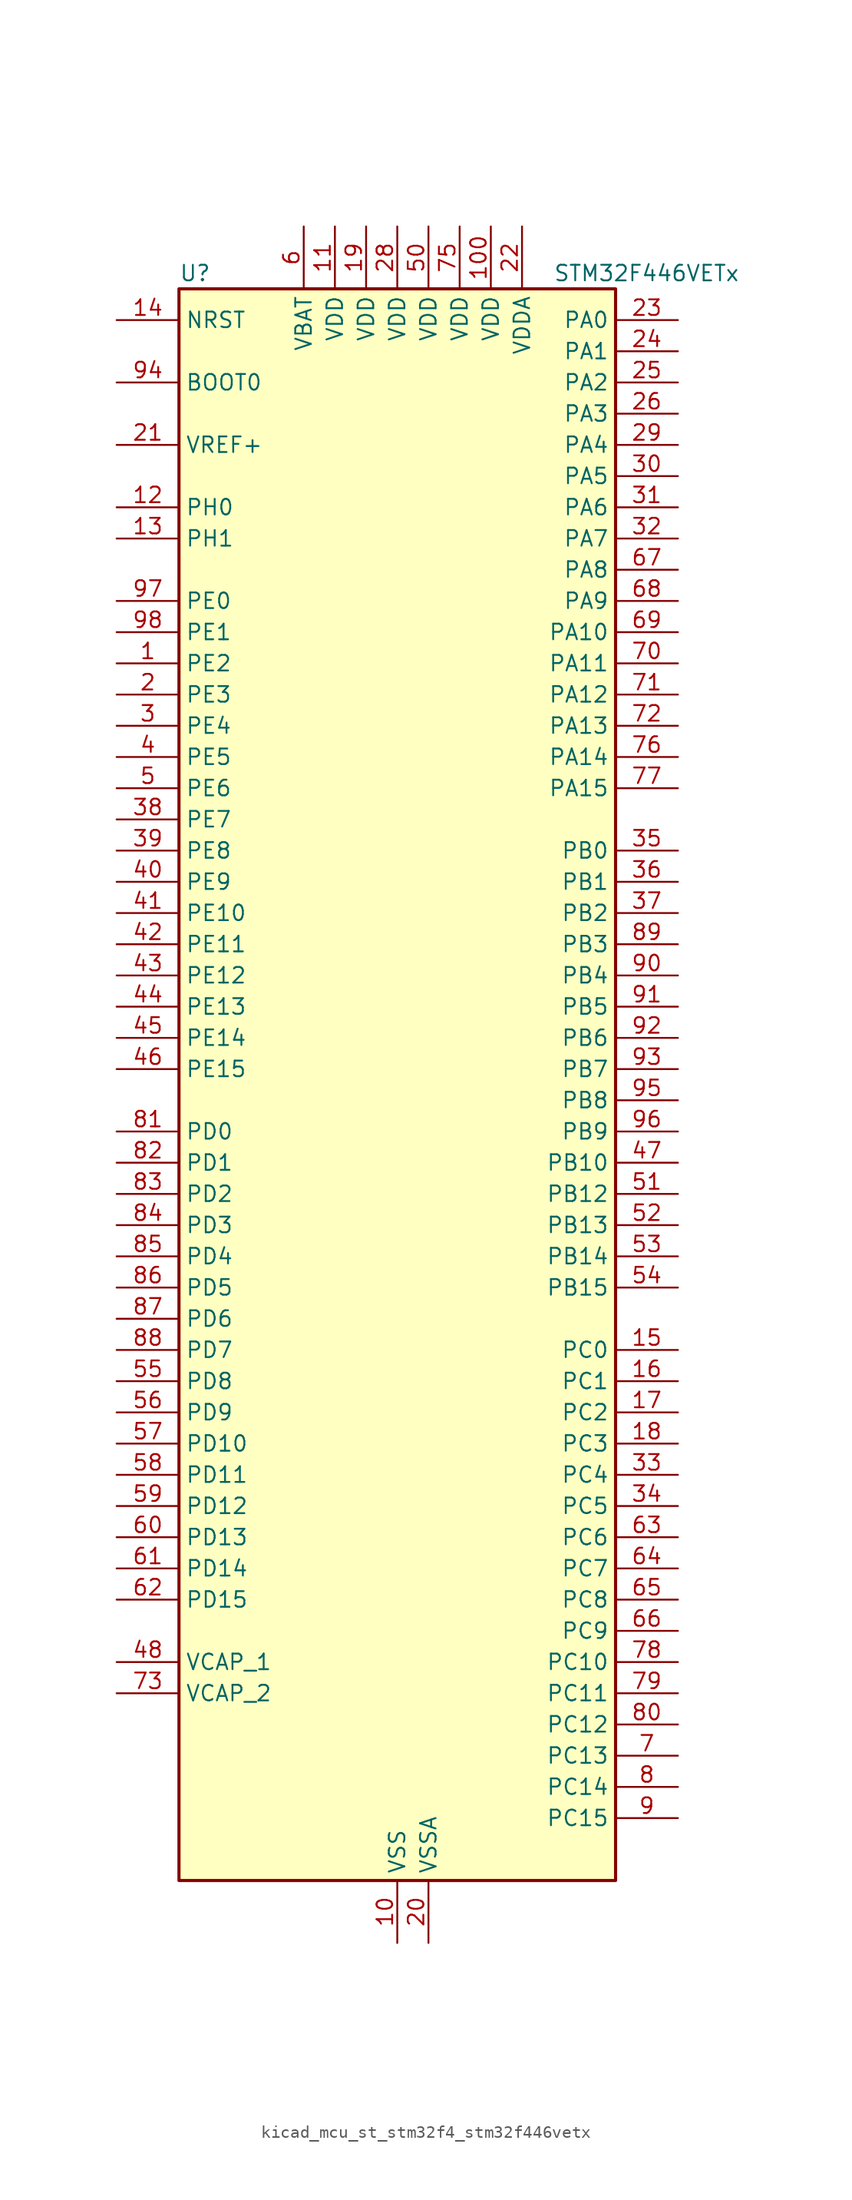
<source format=kicad_sym>
(kicad_symbol_lib
  (version 20220914)
  (generator kicad_symbol_editor)
  (symbol "kicad_mcu_st_stm32f4_stm32f446vetx"
    (property "Reference" "U"
      (at -17.78 67.31 0)
      (effects (font (size 1.27 1.27)) (justify left)))
    (property "Value" "STM32F446VETx"
      (at 12.7 67.31 0)
      (effects (font (size 1.27 1.27)) (justify left)))
    (property "ki_locked" ""
      (at 0 0 0)
      (effects (font (size 1.27 1.27))))
    (symbol "kicad_mcu_st_stm32f4_stm32f446vetx_0_1"
      (rectangle (start -17.78 -63.5) (end 17.78 66.04) (stroke (width 0.254) (type default)) (fill (type background))))
    (symbol "kicad_mcu_st_stm32f4_stm32f446vetx_1_1"
      (pin bidirectional line (at -22.86 35.56 0) (length 5.08) (name "PE2" (effects (font (size 1.27 1.27)))) (number "1" (effects (font (size 1.27 1.27)))) (alternate "FMC_A23" bidirectional line) (alternate "QUADSPI_BK1_IO2" bidirectional line) (alternate "SAI1_MCLK_A" bidirectional line) (alternate "SPI4_SCK" bidirectional line) (alternate "SYS_TRACECLK" bidirectional line))
      (pin power_in line (at 0 -68.58 90) (length 5.08) (name "VSS" (effects (font (size 1.27 1.27)))) (number "10" (effects (font (size 1.27 1.27)))))
      (pin power_in line (at 7.62 71.12 270) (length 5.08) (name "VDD" (effects (font (size 1.27 1.27)))) (number "100" (effects (font (size 1.27 1.27)))))
      (pin power_in line (at -5.08 71.12 270) (length 5.08) (name "VDD" (effects (font (size 1.27 1.27)))) (number "11" (effects (font (size 1.27 1.27)))))
      (pin bidirectional line (at -22.86 48.26 0) (length 5.08) (name "PH0" (effects (font (size 1.27 1.27)))) (number "12" (effects (font (size 1.27 1.27)))) (alternate "RCC_OSC_IN" bidirectional line))
      (pin bidirectional line (at -22.86 45.72 0) (length 5.08) (name "PH1" (effects (font (size 1.27 1.27)))) (number "13" (effects (font (size 1.27 1.27)))) (alternate "RCC_OSC_OUT" bidirectional line))
      (pin input line (at -22.86 63.5 0) (length 5.08) (name "NRST" (effects (font (size 1.27 1.27)))) (number "14" (effects (font (size 1.27 1.27)))))
      (pin bidirectional line (at 22.86 -20.32 180) (length 5.08) (name "PC0" (effects (font (size 1.27 1.27)))) (number "15" (effects (font (size 1.27 1.27)))) (alternate "ADC1_IN10" bidirectional line) (alternate "ADC2_IN10" bidirectional line) (alternate "ADC3_IN10" bidirectional line) (alternate "FMC_SDNWE" bidirectional line) (alternate "SAI1_MCLK_B" bidirectional line) (alternate "USB_OTG_HS_ULPI_STP" bidirectional line))
      (pin bidirectional line (at 22.86 -22.86 180) (length 5.08) (name "PC1" (effects (font (size 1.27 1.27)))) (number "16" (effects (font (size 1.27 1.27)))) (alternate "ADC1_IN11" bidirectional line) (alternate "ADC2_IN11" bidirectional line) (alternate "ADC3_IN11" bidirectional line) (alternate "I2S2_SD" bidirectional line) (alternate "I2S3_SD" bidirectional line) (alternate "SAI1_SD_A" bidirectional line) (alternate "SPI2_MOSI" bidirectional line) (alternate "SPI3_MOSI" bidirectional line))
      (pin bidirectional line (at 22.86 -25.4 180) (length 5.08) (name "PC2" (effects (font (size 1.27 1.27)))) (number "17" (effects (font (size 1.27 1.27)))) (alternate "ADC1_IN12" bidirectional line) (alternate "ADC2_IN12" bidirectional line) (alternate "ADC3_IN12" bidirectional line) (alternate "FMC_SDNE0" bidirectional line) (alternate "SPI2_MISO" bidirectional line) (alternate "USB_OTG_HS_ULPI_DIR" bidirectional line))
      (pin bidirectional line (at 22.86 -27.94 180) (length 5.08) (name "PC3" (effects (font (size 1.27 1.27)))) (number "18" (effects (font (size 1.27 1.27)))) (alternate "ADC1_IN13" bidirectional line) (alternate "ADC2_IN13" bidirectional line) (alternate "ADC3_IN13" bidirectional line) (alternate "FMC_SDCKE0" bidirectional line) (alternate "I2S2_SD" bidirectional line) (alternate "SPI2_MOSI" bidirectional line) (alternate "USB_OTG_HS_ULPI_NXT" bidirectional line))
      (pin power_in line (at -2.54 71.12 270) (length 5.08) (name "VDD" (effects (font (size 1.27 1.27)))) (number "19" (effects (font (size 1.27 1.27)))))
      (pin bidirectional line (at -22.86 33.02 0) (length 5.08) (name "PE3" (effects (font (size 1.27 1.27)))) (number "2" (effects (font (size 1.27 1.27)))) (alternate "FMC_A19" bidirectional line) (alternate "SAI1_SD_B" bidirectional line) (alternate "SYS_TRACED0" bidirectional line))
      (pin power_in line (at 2.54 -68.58 90) (length 5.08) (name "VSSA" (effects (font (size 1.27 1.27)))) (number "20" (effects (font (size 1.27 1.27)))))
      (pin input line (at -22.86 53.34 0) (length 5.08) (name "VREF+" (effects (font (size 1.27 1.27)))) (number "21" (effects (font (size 1.27 1.27)))))
      (pin power_in line (at 10.16 71.12 270) (length 5.08) (name "VDDA" (effects (font (size 1.27 1.27)))) (number "22" (effects (font (size 1.27 1.27)))))
      (pin bidirectional line (at 22.86 63.5 180) (length 5.08) (name "PA0" (effects (font (size 1.27 1.27)))) (number "23" (effects (font (size 1.27 1.27)))) (alternate "ADC1_IN0" bidirectional line) (alternate "ADC2_IN0" bidirectional line) (alternate "ADC3_IN0" bidirectional line) (alternate "RTC_AF2" bidirectional line) (alternate "SYS_WKUP0" bidirectional line) (alternate "TIM2_CH1" bidirectional line) (alternate "TIM2_ETR" bidirectional line) (alternate "TIM5_CH1" bidirectional line) (alternate "TIM8_ETR" bidirectional line) (alternate "UART4_TX" bidirectional line) (alternate "USART2_CTS" bidirectional line))
      (pin bidirectional line (at 22.86 60.96 180) (length 5.08) (name "PA1" (effects (font (size 1.27 1.27)))) (number "24" (effects (font (size 1.27 1.27)))) (alternate "ADC1_IN1" bidirectional line) (alternate "ADC2_IN1" bidirectional line) (alternate "ADC3_IN1" bidirectional line) (alternate "QUADSPI_BK1_IO3" bidirectional line) (alternate "SAI2_MCLK_B" bidirectional line) (alternate "TIM2_CH2" bidirectional line) (alternate "TIM5_CH2" bidirectional line) (alternate "UART4_RX" bidirectional line) (alternate "USART2_RTS" bidirectional line))
      (pin bidirectional line (at 22.86 58.42 180) (length 5.08) (name "PA2" (effects (font (size 1.27 1.27)))) (number "25" (effects (font (size 1.27 1.27)))) (alternate "ADC1_IN2" bidirectional line) (alternate "ADC2_IN2" bidirectional line) (alternate "ADC3_IN2" bidirectional line) (alternate "SAI2_SCK_B" bidirectional line) (alternate "TIM2_CH3" bidirectional line) (alternate "TIM5_CH3" bidirectional line) (alternate "TIM9_CH1" bidirectional line) (alternate "USART2_TX" bidirectional line))
      (pin bidirectional line (at 22.86 55.88 180) (length 5.08) (name "PA3" (effects (font (size 1.27 1.27)))) (number "26" (effects (font (size 1.27 1.27)))) (alternate "ADC1_IN3" bidirectional line) (alternate "ADC2_IN3" bidirectional line) (alternate "ADC3_IN3" bidirectional line) (alternate "SAI1_FS_A" bidirectional line) (alternate "TIM2_CH4" bidirectional line) (alternate "TIM5_CH4" bidirectional line) (alternate "TIM9_CH2" bidirectional line) (alternate "USART2_RX" bidirectional line) (alternate "USB_OTG_HS_ULPI_D0" bidirectional line))
      (pin passive line (at 0 -68.58 90) (length 5.08) hide (name "VSS" (effects (font (size 1.27 1.27)))) (number "27" (effects (font (size 1.27 1.27)))))
      (pin power_in line (at 0 71.12 270) (length 5.08) (name "VDD" (effects (font (size 1.27 1.27)))) (number "28" (effects (font (size 1.27 1.27)))))
      (pin bidirectional line (at 22.86 53.34 180) (length 5.08) (name "PA4" (effects (font (size 1.27 1.27)))) (number "29" (effects (font (size 1.27 1.27)))) (alternate "ADC1_IN4" bidirectional line) (alternate "ADC2_IN4" bidirectional line) (alternate "DAC_OUT1" bidirectional line) (alternate "DCMI_HSYNC" bidirectional line) (alternate "I2S1_WS" bidirectional line) (alternate "I2S3_WS" bidirectional line) (alternate "SPI1_NSS" bidirectional line) (alternate "SPI3_NSS" bidirectional line) (alternate "USART2_CK" bidirectional line) (alternate "USB_OTG_HS_SOF" bidirectional line))
      (pin bidirectional line (at -22.86 30.48 0) (length 5.08) (name "PE4" (effects (font (size 1.27 1.27)))) (number "3" (effects (font (size 1.27 1.27)))) (alternate "DCMI_D4" bidirectional line) (alternate "FMC_A20" bidirectional line) (alternate "SAI1_FS_A" bidirectional line) (alternate "SPI4_NSS" bidirectional line) (alternate "SYS_TRACED1" bidirectional line))
      (pin bidirectional line (at 22.86 50.8 180) (length 5.08) (name "PA5" (effects (font (size 1.27 1.27)))) (number "30" (effects (font (size 1.27 1.27)))) (alternate "ADC1_IN5" bidirectional line) (alternate "ADC2_IN5" bidirectional line) (alternate "DAC_OUT2" bidirectional line) (alternate "I2S1_CK" bidirectional line) (alternate "SPI1_SCK" bidirectional line) (alternate "TIM2_CH1" bidirectional line) (alternate "TIM2_ETR" bidirectional line) (alternate "TIM8_CH1N" bidirectional line) (alternate "USB_OTG_HS_ULPI_CK" bidirectional line))
      (pin bidirectional line (at 22.86 48.26 180) (length 5.08) (name "PA6" (effects (font (size 1.27 1.27)))) (number "31" (effects (font (size 1.27 1.27)))) (alternate "ADC1_IN6" bidirectional line) (alternate "ADC2_IN6" bidirectional line) (alternate "DCMI_PIXCLK" bidirectional line) (alternate "I2S2_MCK" bidirectional line) (alternate "SPI1_MISO" bidirectional line) (alternate "TIM13_CH1" bidirectional line) (alternate "TIM1_BKIN" bidirectional line) (alternate "TIM3_CH1" bidirectional line) (alternate "TIM8_BKIN" bidirectional line))
      (pin bidirectional line (at 22.86 45.72 180) (length 5.08) (name "PA7" (effects (font (size 1.27 1.27)))) (number "32" (effects (font (size 1.27 1.27)))) (alternate "ADC1_IN7" bidirectional line) (alternate "ADC2_IN7" bidirectional line) (alternate "FMC_SDNWE" bidirectional line) (alternate "I2S1_SD" bidirectional line) (alternate "SPI1_MOSI" bidirectional line) (alternate "TIM14_CH1" bidirectional line) (alternate "TIM1_CH1N" bidirectional line) (alternate "TIM3_CH2" bidirectional line) (alternate "TIM8_CH1N" bidirectional line))
      (pin bidirectional line (at 22.86 -30.48 180) (length 5.08) (name "PC4" (effects (font (size 1.27 1.27)))) (number "33" (effects (font (size 1.27 1.27)))) (alternate "ADC1_IN14" bidirectional line) (alternate "ADC2_IN14" bidirectional line) (alternate "FMC_SDNE0" bidirectional line) (alternate "I2S1_MCK" bidirectional line) (alternate "SPDIFRX_IN2" bidirectional line))
      (pin bidirectional line (at 22.86 -33.02 180) (length 5.08) (name "PC5" (effects (font (size 1.27 1.27)))) (number "34" (effects (font (size 1.27 1.27)))) (alternate "ADC1_IN15" bidirectional line) (alternate "ADC2_IN15" bidirectional line) (alternate "FMC_SDCKE0" bidirectional line) (alternate "SPDIFRX_IN3" bidirectional line) (alternate "USART3_RX" bidirectional line))
      (pin bidirectional line (at 22.86 20.32 180) (length 5.08) (name "PB0" (effects (font (size 1.27 1.27)))) (number "35" (effects (font (size 1.27 1.27)))) (alternate "ADC1_IN8" bidirectional line) (alternate "ADC2_IN8" bidirectional line) (alternate "I2S3_SD" bidirectional line) (alternate "SDIO_D1" bidirectional line) (alternate "SPI3_MOSI" bidirectional line) (alternate "TIM1_CH2N" bidirectional line) (alternate "TIM3_CH3" bidirectional line) (alternate "TIM8_CH2N" bidirectional line) (alternate "UART4_CTS" bidirectional line) (alternate "USB_OTG_HS_ULPI_D1" bidirectional line))
      (pin bidirectional line (at 22.86 17.78 180) (length 5.08) (name "PB1" (effects (font (size 1.27 1.27)))) (number "36" (effects (font (size 1.27 1.27)))) (alternate "ADC1_IN9" bidirectional line) (alternate "ADC2_IN9" bidirectional line) (alternate "SDIO_D2" bidirectional line) (alternate "TIM1_CH3N" bidirectional line) (alternate "TIM3_CH4" bidirectional line) (alternate "TIM8_CH3N" bidirectional line) (alternate "USB_OTG_HS_ULPI_D2" bidirectional line))
      (pin bidirectional line (at 22.86 15.24 180) (length 5.08) (name "PB2" (effects (font (size 1.27 1.27)))) (number "37" (effects (font (size 1.27 1.27)))) (alternate "I2S3_SD" bidirectional line) (alternate "QUADSPI_CLK" bidirectional line) (alternate "SAI1_SD_A" bidirectional line) (alternate "SDIO_CK" bidirectional line) (alternate "SPI3_MOSI" bidirectional line) (alternate "TIM2_CH4" bidirectional line) (alternate "USB_OTG_HS_ULPI_D4" bidirectional line))
      (pin bidirectional line (at -22.86 22.86 0) (length 5.08) (name "PE7" (effects (font (size 1.27 1.27)))) (number "38" (effects (font (size 1.27 1.27)))) (alternate "FMC_D4" bidirectional line) (alternate "FMC_DA4" bidirectional line) (alternate "QUADSPI_BK2_IO0" bidirectional line) (alternate "TIM1_ETR" bidirectional line) (alternate "UART5_RX" bidirectional line))
      (pin bidirectional line (at -22.86 20.32 0) (length 5.08) (name "PE8" (effects (font (size 1.27 1.27)))) (number "39" (effects (font (size 1.27 1.27)))) (alternate "FMC_D5" bidirectional line) (alternate "FMC_DA5" bidirectional line) (alternate "QUADSPI_BK2_IO1" bidirectional line) (alternate "TIM1_CH1N" bidirectional line) (alternate "UART5_TX" bidirectional line))
      (pin bidirectional line (at -22.86 27.94 0) (length 5.08) (name "PE5" (effects (font (size 1.27 1.27)))) (number "4" (effects (font (size 1.27 1.27)))) (alternate "DCMI_D6" bidirectional line) (alternate "FMC_A21" bidirectional line) (alternate "SAI1_SCK_A" bidirectional line) (alternate "SPI4_MISO" bidirectional line) (alternate "SYS_TRACED2" bidirectional line) (alternate "TIM9_CH1" bidirectional line))
      (pin bidirectional line (at -22.86 17.78 0) (length 5.08) (name "PE9" (effects (font (size 1.27 1.27)))) (number "40" (effects (font (size 1.27 1.27)))) (alternate "DAC_EXTI9" bidirectional line) (alternate "FMC_D6" bidirectional line) (alternate "FMC_DA6" bidirectional line) (alternate "QUADSPI_BK2_IO2" bidirectional line) (alternate "TIM1_CH1" bidirectional line))
      (pin bidirectional line (at -22.86 15.24 0) (length 5.08) (name "PE10" (effects (font (size 1.27 1.27)))) (number "41" (effects (font (size 1.27 1.27)))) (alternate "FMC_D7" bidirectional line) (alternate "FMC_DA7" bidirectional line) (alternate "QUADSPI_BK2_IO3" bidirectional line) (alternate "TIM1_CH2N" bidirectional line))
      (pin bidirectional line (at -22.86 12.7 0) (length 5.08) (name "PE11" (effects (font (size 1.27 1.27)))) (number "42" (effects (font (size 1.27 1.27)))) (alternate "ADC1_EXTI11" bidirectional line) (alternate "ADC2_EXTI11" bidirectional line) (alternate "ADC3_EXTI11" bidirectional line) (alternate "FMC_D8" bidirectional line) (alternate "FMC_DA8" bidirectional line) (alternate "SAI2_SD_B" bidirectional line) (alternate "SPI4_NSS" bidirectional line) (alternate "TIM1_CH2" bidirectional line))
      (pin bidirectional line (at -22.86 10.16 0) (length 5.08) (name "PE12" (effects (font (size 1.27 1.27)))) (number "43" (effects (font (size 1.27 1.27)))) (alternate "FMC_D9" bidirectional line) (alternate "FMC_DA9" bidirectional line) (alternate "SAI2_SCK_B" bidirectional line) (alternate "SPI4_SCK" bidirectional line) (alternate "TIM1_CH3N" bidirectional line))
      (pin bidirectional line (at -22.86 7.62 0) (length 5.08) (name "PE13" (effects (font (size 1.27 1.27)))) (number "44" (effects (font (size 1.27 1.27)))) (alternate "FMC_D10" bidirectional line) (alternate "FMC_DA10" bidirectional line) (alternate "SAI2_FS_B" bidirectional line) (alternate "SPI4_MISO" bidirectional line) (alternate "TIM1_CH3" bidirectional line))
      (pin bidirectional line (at -22.86 5.08 0) (length 5.08) (name "PE14" (effects (font (size 1.27 1.27)))) (number "45" (effects (font (size 1.27 1.27)))) (alternate "FMC_D11" bidirectional line) (alternate "FMC_DA11" bidirectional line) (alternate "SAI2_MCLK_B" bidirectional line) (alternate "SPI4_MOSI" bidirectional line) (alternate "TIM1_CH4" bidirectional line))
      (pin bidirectional line (at -22.86 2.54 0) (length 5.08) (name "PE15" (effects (font (size 1.27 1.27)))) (number "46" (effects (font (size 1.27 1.27)))) (alternate "ADC1_EXTI15" bidirectional line) (alternate "ADC2_EXTI15" bidirectional line) (alternate "ADC3_EXTI15" bidirectional line) (alternate "FMC_D12" bidirectional line) (alternate "FMC_DA12" bidirectional line) (alternate "TIM1_BKIN" bidirectional line))
      (pin bidirectional line (at 22.86 -5.08 180) (length 5.08) (name "PB10" (effects (font (size 1.27 1.27)))) (number "47" (effects (font (size 1.27 1.27)))) (alternate "I2C2_SCL" bidirectional line) (alternate "I2S2_CK" bidirectional line) (alternate "SAI1_SCK_A" bidirectional line) (alternate "SPI2_SCK" bidirectional line) (alternate "TIM2_CH3" bidirectional line) (alternate "USART3_TX" bidirectional line) (alternate "USB_OTG_HS_ULPI_D3" bidirectional line))
      (pin power_out line (at -22.86 -45.72 0) (length 5.08) (name "VCAP_1" (effects (font (size 1.27 1.27)))) (number "48" (effects (font (size 1.27 1.27)))))
      (pin passive line (at 0 -68.58 90) (length 5.08) hide (name "VSS" (effects (font (size 1.27 1.27)))) (number "49" (effects (font (size 1.27 1.27)))))
      (pin bidirectional line (at -22.86 25.4 0) (length 5.08) (name "PE6" (effects (font (size 1.27 1.27)))) (number "5" (effects (font (size 1.27 1.27)))) (alternate "DCMI_D7" bidirectional line) (alternate "FMC_A22" bidirectional line) (alternate "SAI1_SD_A" bidirectional line) (alternate "SPI4_MOSI" bidirectional line) (alternate "SYS_TRACED3" bidirectional line) (alternate "TIM9_CH2" bidirectional line))
      (pin power_in line (at 2.54 71.12 270) (length 5.08) (name "VDD" (effects (font (size 1.27 1.27)))) (number "50" (effects (font (size 1.27 1.27)))))
      (pin bidirectional line (at 22.86 -7.62 180) (length 5.08) (name "PB12" (effects (font (size 1.27 1.27)))) (number "51" (effects (font (size 1.27 1.27)))) (alternate "CAN2_RX" bidirectional line) (alternate "I2C2_SMBA" bidirectional line) (alternate "I2S2_WS" bidirectional line) (alternate "SAI1_SCK_B" bidirectional line) (alternate "SPI2_NSS" bidirectional line) (alternate "TIM1_BKIN" bidirectional line) (alternate "USART3_CK" bidirectional line) (alternate "USB_OTG_HS_ID" bidirectional line) (alternate "USB_OTG_HS_ULPI_D5" bidirectional line))
      (pin bidirectional line (at 22.86 -10.16 180) (length 5.08) (name "PB13" (effects (font (size 1.27 1.27)))) (number "52" (effects (font (size 1.27 1.27)))) (alternate "CAN2_TX" bidirectional line) (alternate "I2S2_CK" bidirectional line) (alternate "SPI2_SCK" bidirectional line) (alternate "TIM1_CH1N" bidirectional line) (alternate "USART3_CTS" bidirectional line) (alternate "USB_OTG_HS_ULPI_D6" bidirectional line) (alternate "USB_OTG_HS_VBUS" bidirectional line))
      (pin bidirectional line (at 22.86 -12.7 180) (length 5.08) (name "PB14" (effects (font (size 1.27 1.27)))) (number "53" (effects (font (size 1.27 1.27)))) (alternate "SPI2_MISO" bidirectional line) (alternate "TIM12_CH1" bidirectional line) (alternate "TIM1_CH2N" bidirectional line) (alternate "TIM8_CH2N" bidirectional line) (alternate "USART3_RTS" bidirectional line) (alternate "USB_OTG_HS_DM" bidirectional line))
      (pin bidirectional line (at 22.86 -15.24 180) (length 5.08) (name "PB15" (effects (font (size 1.27 1.27)))) (number "54" (effects (font (size 1.27 1.27)))) (alternate "ADC1_EXTI15" bidirectional line) (alternate "ADC2_EXTI15" bidirectional line) (alternate "ADC3_EXTI15" bidirectional line) (alternate "I2S2_SD" bidirectional line) (alternate "RTC_REFIN" bidirectional line) (alternate "SPI2_MOSI" bidirectional line) (alternate "TIM12_CH2" bidirectional line) (alternate "TIM1_CH3N" bidirectional line) (alternate "TIM8_CH3N" bidirectional line) (alternate "USB_OTG_HS_DP" bidirectional line))
      (pin bidirectional line (at -22.86 -22.86 0) (length 5.08) (name "PD8" (effects (font (size 1.27 1.27)))) (number "55" (effects (font (size 1.27 1.27)))) (alternate "FMC_D13" bidirectional line) (alternate "FMC_DA13" bidirectional line) (alternate "SPDIFRX_IN1" bidirectional line) (alternate "USART3_TX" bidirectional line))
      (pin bidirectional line (at -22.86 -25.4 0) (length 5.08) (name "PD9" (effects (font (size 1.27 1.27)))) (number "56" (effects (font (size 1.27 1.27)))) (alternate "DAC_EXTI9" bidirectional line) (alternate "FMC_D14" bidirectional line) (alternate "FMC_DA14" bidirectional line) (alternate "USART3_RX" bidirectional line))
      (pin bidirectional line (at -22.86 -27.94 0) (length 5.08) (name "PD10" (effects (font (size 1.27 1.27)))) (number "57" (effects (font (size 1.27 1.27)))) (alternate "FMC_D15" bidirectional line) (alternate "FMC_DA15" bidirectional line) (alternate "USART3_CK" bidirectional line))
      (pin bidirectional line (at -22.86 -30.48 0) (length 5.08) (name "PD11" (effects (font (size 1.27 1.27)))) (number "58" (effects (font (size 1.27 1.27)))) (alternate "ADC1_EXTI11" bidirectional line) (alternate "ADC2_EXTI11" bidirectional line) (alternate "ADC3_EXTI11" bidirectional line) (alternate "FMC_A16" bidirectional line) (alternate "FMPI2C1_SMBA" bidirectional line) (alternate "QUADSPI_BK1_IO0" bidirectional line) (alternate "SAI2_SD_A" bidirectional line) (alternate "USART3_CTS" bidirectional line))
      (pin bidirectional line (at -22.86 -33.02 0) (length 5.08) (name "PD12" (effects (font (size 1.27 1.27)))) (number "59" (effects (font (size 1.27 1.27)))) (alternate "FMC_A17" bidirectional line) (alternate "FMPI2C1_SCL" bidirectional line) (alternate "QUADSPI_BK1_IO1" bidirectional line) (alternate "SAI2_FS_A" bidirectional line) (alternate "TIM4_CH1" bidirectional line) (alternate "USART3_RTS" bidirectional line))
      (pin power_in line (at -7.62 71.12 270) (length 5.08) (name "VBAT" (effects (font (size 1.27 1.27)))) (number "6" (effects (font (size 1.27 1.27)))))
      (pin bidirectional line (at -22.86 -35.56 0) (length 5.08) (name "PD13" (effects (font (size 1.27 1.27)))) (number "60" (effects (font (size 1.27 1.27)))) (alternate "FMC_A18" bidirectional line) (alternate "FMPI2C1_SDA" bidirectional line) (alternate "QUADSPI_BK1_IO3" bidirectional line) (alternate "SAI2_SCK_A" bidirectional line) (alternate "TIM4_CH2" bidirectional line))
      (pin bidirectional line (at -22.86 -38.1 0) (length 5.08) (name "PD14" (effects (font (size 1.27 1.27)))) (number "61" (effects (font (size 1.27 1.27)))) (alternate "FMC_D0" bidirectional line) (alternate "FMC_DA0" bidirectional line) (alternate "FMPI2C1_SCL" bidirectional line) (alternate "SAI2_SCK_A" bidirectional line) (alternate "TIM4_CH3" bidirectional line))
      (pin bidirectional line (at -22.86 -40.64 0) (length 5.08) (name "PD15" (effects (font (size 1.27 1.27)))) (number "62" (effects (font (size 1.27 1.27)))) (alternate "ADC1_EXTI15" bidirectional line) (alternate "ADC2_EXTI15" bidirectional line) (alternate "ADC3_EXTI15" bidirectional line) (alternate "FMC_D1" bidirectional line) (alternate "FMC_DA1" bidirectional line) (alternate "FMPI2C1_SDA" bidirectional line) (alternate "TIM4_CH4" bidirectional line))
      (pin bidirectional line (at 22.86 -35.56 180) (length 5.08) (name "PC6" (effects (font (size 1.27 1.27)))) (number "63" (effects (font (size 1.27 1.27)))) (alternate "DCMI_D0" bidirectional line) (alternate "FMPI2C1_SCL" bidirectional line) (alternate "I2S2_MCK" bidirectional line) (alternate "SDIO_D6" bidirectional line) (alternate "TIM3_CH1" bidirectional line) (alternate "TIM8_CH1" bidirectional line) (alternate "USART6_TX" bidirectional line))
      (pin bidirectional line (at 22.86 -38.1 180) (length 5.08) (name "PC7" (effects (font (size 1.27 1.27)))) (number "64" (effects (font (size 1.27 1.27)))) (alternate "DCMI_D1" bidirectional line) (alternate "FMPI2C1_SDA" bidirectional line) (alternate "I2S2_CK" bidirectional line) (alternate "I2S3_MCK" bidirectional line) (alternate "SDIO_D7" bidirectional line) (alternate "SPDIFRX_IN1" bidirectional line) (alternate "SPI2_SCK" bidirectional line) (alternate "TIM3_CH2" bidirectional line) (alternate "TIM8_CH2" bidirectional line) (alternate "USART6_RX" bidirectional line))
      (pin bidirectional line (at 22.86 -40.64 180) (length 5.08) (name "PC8" (effects (font (size 1.27 1.27)))) (number "65" (effects (font (size 1.27 1.27)))) (alternate "DCMI_D2" bidirectional line) (alternate "SDIO_D0" bidirectional line) (alternate "SYS_TRACED0" bidirectional line) (alternate "TIM3_CH3" bidirectional line) (alternate "TIM8_CH3" bidirectional line) (alternate "UART5_RTS" bidirectional line) (alternate "USART6_CK" bidirectional line))
      (pin bidirectional line (at 22.86 -43.18 180) (length 5.08) (name "PC9" (effects (font (size 1.27 1.27)))) (number "66" (effects (font (size 1.27 1.27)))) (alternate "DAC_EXTI9" bidirectional line) (alternate "DCMI_D3" bidirectional line) (alternate "I2C3_SDA" bidirectional line) (alternate "I2S_CKIN" bidirectional line) (alternate "QUADSPI_BK1_IO0" bidirectional line) (alternate "RCC_MCO_2" bidirectional line) (alternate "SDIO_D1" bidirectional line) (alternate "TIM3_CH4" bidirectional line) (alternate "TIM8_CH4" bidirectional line) (alternate "UART5_CTS" bidirectional line))
      (pin bidirectional line (at 22.86 43.18 180) (length 5.08) (name "PA8" (effects (font (size 1.27 1.27)))) (number "67" (effects (font (size 1.27 1.27)))) (alternate "I2C3_SCL" bidirectional line) (alternate "RCC_MCO_1" bidirectional line) (alternate "TIM1_CH1" bidirectional line) (alternate "USART1_CK" bidirectional line) (alternate "USB_OTG_FS_SOF" bidirectional line))
      (pin bidirectional line (at 22.86 40.64 180) (length 5.08) (name "PA9" (effects (font (size 1.27 1.27)))) (number "68" (effects (font (size 1.27 1.27)))) (alternate "DAC_EXTI9" bidirectional line) (alternate "DCMI_D0" bidirectional line) (alternate "I2C3_SMBA" bidirectional line) (alternate "I2S2_CK" bidirectional line) (alternate "SAI1_SD_B" bidirectional line) (alternate "SPI2_SCK" bidirectional line) (alternate "TIM1_CH2" bidirectional line) (alternate "USART1_TX" bidirectional line) (alternate "USB_OTG_FS_VBUS" bidirectional line))
      (pin bidirectional line (at 22.86 38.1 180) (length 5.08) (name "PA10" (effects (font (size 1.27 1.27)))) (number "69" (effects (font (size 1.27 1.27)))) (alternate "DCMI_D1" bidirectional line) (alternate "TIM1_CH3" bidirectional line) (alternate "USART1_RX" bidirectional line) (alternate "USB_OTG_FS_ID" bidirectional line))
      (pin bidirectional line (at 22.86 -53.34 180) (length 5.08) (name "PC13" (effects (font (size 1.27 1.27)))) (number "7" (effects (font (size 1.27 1.27)))) (alternate "RTC_AF1" bidirectional line) (alternate "SYS_WKUP1" bidirectional line))
      (pin bidirectional line (at 22.86 35.56 180) (length 5.08) (name "PA11" (effects (font (size 1.27 1.27)))) (number "70" (effects (font (size 1.27 1.27)))) (alternate "ADC1_EXTI11" bidirectional line) (alternate "ADC2_EXTI11" bidirectional line) (alternate "ADC3_EXTI11" bidirectional line) (alternate "CAN1_RX" bidirectional line) (alternate "TIM1_CH4" bidirectional line) (alternate "USART1_CTS" bidirectional line) (alternate "USB_OTG_FS_DM" bidirectional line))
      (pin bidirectional line (at 22.86 33.02 180) (length 5.08) (name "PA12" (effects (font (size 1.27 1.27)))) (number "71" (effects (font (size 1.27 1.27)))) (alternate "CAN1_TX" bidirectional line) (alternate "SAI2_FS_B" bidirectional line) (alternate "TIM1_ETR" bidirectional line) (alternate "USART1_RTS" bidirectional line) (alternate "USB_OTG_FS_DP" bidirectional line))
      (pin bidirectional line (at 22.86 30.48 180) (length 5.08) (name "PA13" (effects (font (size 1.27 1.27)))) (number "72" (effects (font (size 1.27 1.27)))) (alternate "SYS_JTMS-SWDIO" bidirectional line))
      (pin power_out line (at -22.86 -48.26 0) (length 5.08) (name "VCAP_2" (effects (font (size 1.27 1.27)))) (number "73" (effects (font (size 1.27 1.27)))))
      (pin passive line (at 0 -68.58 90) (length 5.08) hide (name "VSS" (effects (font (size 1.27 1.27)))) (number "74" (effects (font (size 1.27 1.27)))))
      (pin power_in line (at 5.08 71.12 270) (length 5.08) (name "VDD" (effects (font (size 1.27 1.27)))) (number "75" (effects (font (size 1.27 1.27)))))
      (pin bidirectional line (at 22.86 27.94 180) (length 5.08) (name "PA14" (effects (font (size 1.27 1.27)))) (number "76" (effects (font (size 1.27 1.27)))) (alternate "SYS_JTCK-SWCLK" bidirectional line))
      (pin bidirectional line (at 22.86 25.4 180) (length 5.08) (name "PA15" (effects (font (size 1.27 1.27)))) (number "77" (effects (font (size 1.27 1.27)))) (alternate "ADC1_EXTI15" bidirectional line) (alternate "ADC2_EXTI15" bidirectional line) (alternate "ADC3_EXTI15" bidirectional line) (alternate "CEC" bidirectional line) (alternate "I2S1_WS" bidirectional line) (alternate "I2S3_WS" bidirectional line) (alternate "SPI1_NSS" bidirectional line) (alternate "SPI3_NSS" bidirectional line) (alternate "SYS_JTDI" bidirectional line) (alternate "TIM2_CH1" bidirectional line) (alternate "TIM2_ETR" bidirectional line) (alternate "UART4_RTS" bidirectional line))
      (pin bidirectional line (at 22.86 -45.72 180) (length 5.08) (name "PC10" (effects (font (size 1.27 1.27)))) (number "78" (effects (font (size 1.27 1.27)))) (alternate "DCMI_D8" bidirectional line) (alternate "I2S3_CK" bidirectional line) (alternate "QUADSPI_BK1_IO1" bidirectional line) (alternate "SDIO_D2" bidirectional line) (alternate "SPI3_SCK" bidirectional line) (alternate "UART4_TX" bidirectional line) (alternate "USART3_TX" bidirectional line))
      (pin bidirectional line (at 22.86 -48.26 180) (length 5.08) (name "PC11" (effects (font (size 1.27 1.27)))) (number "79" (effects (font (size 1.27 1.27)))) (alternate "ADC1_EXTI11" bidirectional line) (alternate "ADC2_EXTI11" bidirectional line) (alternate "ADC3_EXTI11" bidirectional line) (alternate "DCMI_D4" bidirectional line) (alternate "QUADSPI_BK2_NCS" bidirectional line) (alternate "SDIO_D3" bidirectional line) (alternate "SPI3_MISO" bidirectional line) (alternate "UART4_RX" bidirectional line) (alternate "USART3_RX" bidirectional line))
      (pin bidirectional line (at 22.86 -55.88 180) (length 5.08) (name "PC14" (effects (font (size 1.27 1.27)))) (number "8" (effects (font (size 1.27 1.27)))) (alternate "RCC_OSC32_IN" bidirectional line))
      (pin bidirectional line (at 22.86 -50.8 180) (length 5.08) (name "PC12" (effects (font (size 1.27 1.27)))) (number "80" (effects (font (size 1.27 1.27)))) (alternate "DCMI_D9" bidirectional line) (alternate "I2C2_SDA" bidirectional line) (alternate "I2S3_SD" bidirectional line) (alternate "SDIO_CK" bidirectional line) (alternate "SPI3_MOSI" bidirectional line) (alternate "UART5_TX" bidirectional line) (alternate "USART3_CK" bidirectional line))
      (pin bidirectional line (at -22.86 -2.54 0) (length 5.08) (name "PD0" (effects (font (size 1.27 1.27)))) (number "81" (effects (font (size 1.27 1.27)))) (alternate "CAN1_RX" bidirectional line) (alternate "FMC_D2" bidirectional line) (alternate "FMC_DA2" bidirectional line) (alternate "I2S3_SD" bidirectional line) (alternate "SPI3_MOSI" bidirectional line) (alternate "SPI4_MISO" bidirectional line))
      (pin bidirectional line (at -22.86 -5.08 0) (length 5.08) (name "PD1" (effects (font (size 1.27 1.27)))) (number "82" (effects (font (size 1.27 1.27)))) (alternate "CAN1_TX" bidirectional line) (alternate "FMC_D3" bidirectional line) (alternate "FMC_DA3" bidirectional line) (alternate "I2S2_WS" bidirectional line) (alternate "SPI2_NSS" bidirectional line))
      (pin bidirectional line (at -22.86 -7.62 0) (length 5.08) (name "PD2" (effects (font (size 1.27 1.27)))) (number "83" (effects (font (size 1.27 1.27)))) (alternate "DCMI_D11" bidirectional line) (alternate "SDIO_CMD" bidirectional line) (alternate "TIM3_ETR" bidirectional line) (alternate "UART5_RX" bidirectional line))
      (pin bidirectional line (at -22.86 -10.16 0) (length 5.08) (name "PD3" (effects (font (size 1.27 1.27)))) (number "84" (effects (font (size 1.27 1.27)))) (alternate "DCMI_D5" bidirectional line) (alternate "FMC_CLK" bidirectional line) (alternate "I2S2_CK" bidirectional line) (alternate "QUADSPI_CLK" bidirectional line) (alternate "SPI2_SCK" bidirectional line) (alternate "SYS_TRACED1" bidirectional line) (alternate "USART2_CTS" bidirectional line))
      (pin bidirectional line (at -22.86 -12.7 0) (length 5.08) (name "PD4" (effects (font (size 1.27 1.27)))) (number "85" (effects (font (size 1.27 1.27)))) (alternate "FMC_NOE" bidirectional line) (alternate "USART2_RTS" bidirectional line))
      (pin bidirectional line (at -22.86 -15.24 0) (length 5.08) (name "PD5" (effects (font (size 1.27 1.27)))) (number "86" (effects (font (size 1.27 1.27)))) (alternate "FMC_NWE" bidirectional line) (alternate "USART2_TX" bidirectional line))
      (pin bidirectional line (at -22.86 -17.78 0) (length 5.08) (name "PD6" (effects (font (size 1.27 1.27)))) (number "87" (effects (font (size 1.27 1.27)))) (alternate "DCMI_D10" bidirectional line) (alternate "FMC_NWAIT" bidirectional line) (alternate "I2S3_SD" bidirectional line) (alternate "SAI1_SD_A" bidirectional line) (alternate "SPI3_MOSI" bidirectional line) (alternate "USART2_RX" bidirectional line))
      (pin bidirectional line (at -22.86 -20.32 0) (length 5.08) (name "PD7" (effects (font (size 1.27 1.27)))) (number "88" (effects (font (size 1.27 1.27)))) (alternate "FMC_NE1" bidirectional line) (alternate "SPDIFRX_IN0" bidirectional line) (alternate "USART2_CK" bidirectional line))
      (pin bidirectional line (at 22.86 12.7 180) (length 5.08) (name "PB3" (effects (font (size 1.27 1.27)))) (number "89" (effects (font (size 1.27 1.27)))) (alternate "I2C2_SDA" bidirectional line) (alternate "I2S1_CK" bidirectional line) (alternate "I2S3_CK" bidirectional line) (alternate "SPI1_SCK" bidirectional line) (alternate "SPI3_SCK" bidirectional line) (alternate "SYS_JTDO-SWO" bidirectional line) (alternate "TIM2_CH2" bidirectional line))
      (pin bidirectional line (at 22.86 -58.42 180) (length 5.08) (name "PC15" (effects (font (size 1.27 1.27)))) (number "9" (effects (font (size 1.27 1.27)))) (alternate "ADC1_EXTI15" bidirectional line) (alternate "ADC2_EXTI15" bidirectional line) (alternate "ADC3_EXTI15" bidirectional line) (alternate "RCC_OSC32_OUT" bidirectional line))
      (pin bidirectional line (at 22.86 10.16 180) (length 5.08) (name "PB4" (effects (font (size 1.27 1.27)))) (number "90" (effects (font (size 1.27 1.27)))) (alternate "I2C3_SDA" bidirectional line) (alternate "I2S2_WS" bidirectional line) (alternate "SPI1_MISO" bidirectional line) (alternate "SPI2_NSS" bidirectional line) (alternate "SPI3_MISO" bidirectional line) (alternate "SYS_JTRST" bidirectional line) (alternate "TIM3_CH1" bidirectional line))
      (pin bidirectional line (at 22.86 7.62 180) (length 5.08) (name "PB5" (effects (font (size 1.27 1.27)))) (number "91" (effects (font (size 1.27 1.27)))) (alternate "CAN2_RX" bidirectional line) (alternate "DCMI_D10" bidirectional line) (alternate "FMC_SDCKE1" bidirectional line) (alternate "I2C1_SMBA" bidirectional line) (alternate "I2S1_SD" bidirectional line) (alternate "I2S3_SD" bidirectional line) (alternate "SPI1_MOSI" bidirectional line) (alternate "SPI3_MOSI" bidirectional line) (alternate "TIM3_CH2" bidirectional line) (alternate "USB_OTG_HS_ULPI_D7" bidirectional line))
      (pin bidirectional line (at 22.86 5.08 180) (length 5.08) (name "PB6" (effects (font (size 1.27 1.27)))) (number "92" (effects (font (size 1.27 1.27)))) (alternate "CAN2_TX" bidirectional line) (alternate "CEC" bidirectional line) (alternate "DCMI_D5" bidirectional line) (alternate "FMC_SDNE1" bidirectional line) (alternate "I2C1_SCL" bidirectional line) (alternate "QUADSPI_BK1_NCS" bidirectional line) (alternate "TIM4_CH1" bidirectional line) (alternate "USART1_TX" bidirectional line))
      (pin bidirectional line (at 22.86 2.54 180) (length 5.08) (name "PB7" (effects (font (size 1.27 1.27)))) (number "93" (effects (font (size 1.27 1.27)))) (alternate "DCMI_VSYNC" bidirectional line) (alternate "FMC_NL" bidirectional line) (alternate "I2C1_SDA" bidirectional line) (alternate "SPDIFRX_IN0" bidirectional line) (alternate "TIM4_CH2" bidirectional line) (alternate "USART1_RX" bidirectional line))
      (pin input line (at -22.86 58.42 0) (length 5.08) (name "BOOT0" (effects (font (size 1.27 1.27)))) (number "94" (effects (font (size 1.27 1.27)))))
      (pin bidirectional line (at 22.86 0 180) (length 5.08) (name "PB8" (effects (font (size 1.27 1.27)))) (number "95" (effects (font (size 1.27 1.27)))) (alternate "CAN1_RX" bidirectional line) (alternate "DCMI_D6" bidirectional line) (alternate "I2C1_SCL" bidirectional line) (alternate "SDIO_D4" bidirectional line) (alternate "TIM10_CH1" bidirectional line) (alternate "TIM2_CH1" bidirectional line) (alternate "TIM2_ETR" bidirectional line) (alternate "TIM4_CH3" bidirectional line))
      (pin bidirectional line (at 22.86 -2.54 180) (length 5.08) (name "PB9" (effects (font (size 1.27 1.27)))) (number "96" (effects (font (size 1.27 1.27)))) (alternate "CAN1_TX" bidirectional line) (alternate "DAC_EXTI9" bidirectional line) (alternate "DCMI_D7" bidirectional line) (alternate "I2C1_SDA" bidirectional line) (alternate "I2S2_WS" bidirectional line) (alternate "SAI1_FS_B" bidirectional line) (alternate "SDIO_D5" bidirectional line) (alternate "SPI2_NSS" bidirectional line) (alternate "TIM11_CH1" bidirectional line) (alternate "TIM2_CH2" bidirectional line) (alternate "TIM4_CH4" bidirectional line))
      (pin bidirectional line (at -22.86 40.64 0) (length 5.08) (name "PE0" (effects (font (size 1.27 1.27)))) (number "97" (effects (font (size 1.27 1.27)))) (alternate "DCMI_D2" bidirectional line) (alternate "FMC_NBL0" bidirectional line) (alternate "SAI2_MCLK_A" bidirectional line) (alternate "TIM4_ETR" bidirectional line))
      (pin bidirectional line (at -22.86 38.1 0) (length 5.08) (name "PE1" (effects (font (size 1.27 1.27)))) (number "98" (effects (font (size 1.27 1.27)))) (alternate "DCMI_D3" bidirectional line) (alternate "FMC_NBL1" bidirectional line))
      (pin passive line (at 0 -68.58 90) (length 5.08) hide (name "VSS" (effects (font (size 1.27 1.27)))) (number "99" (effects (font (size 1.27 1.27))))))))
</source>
